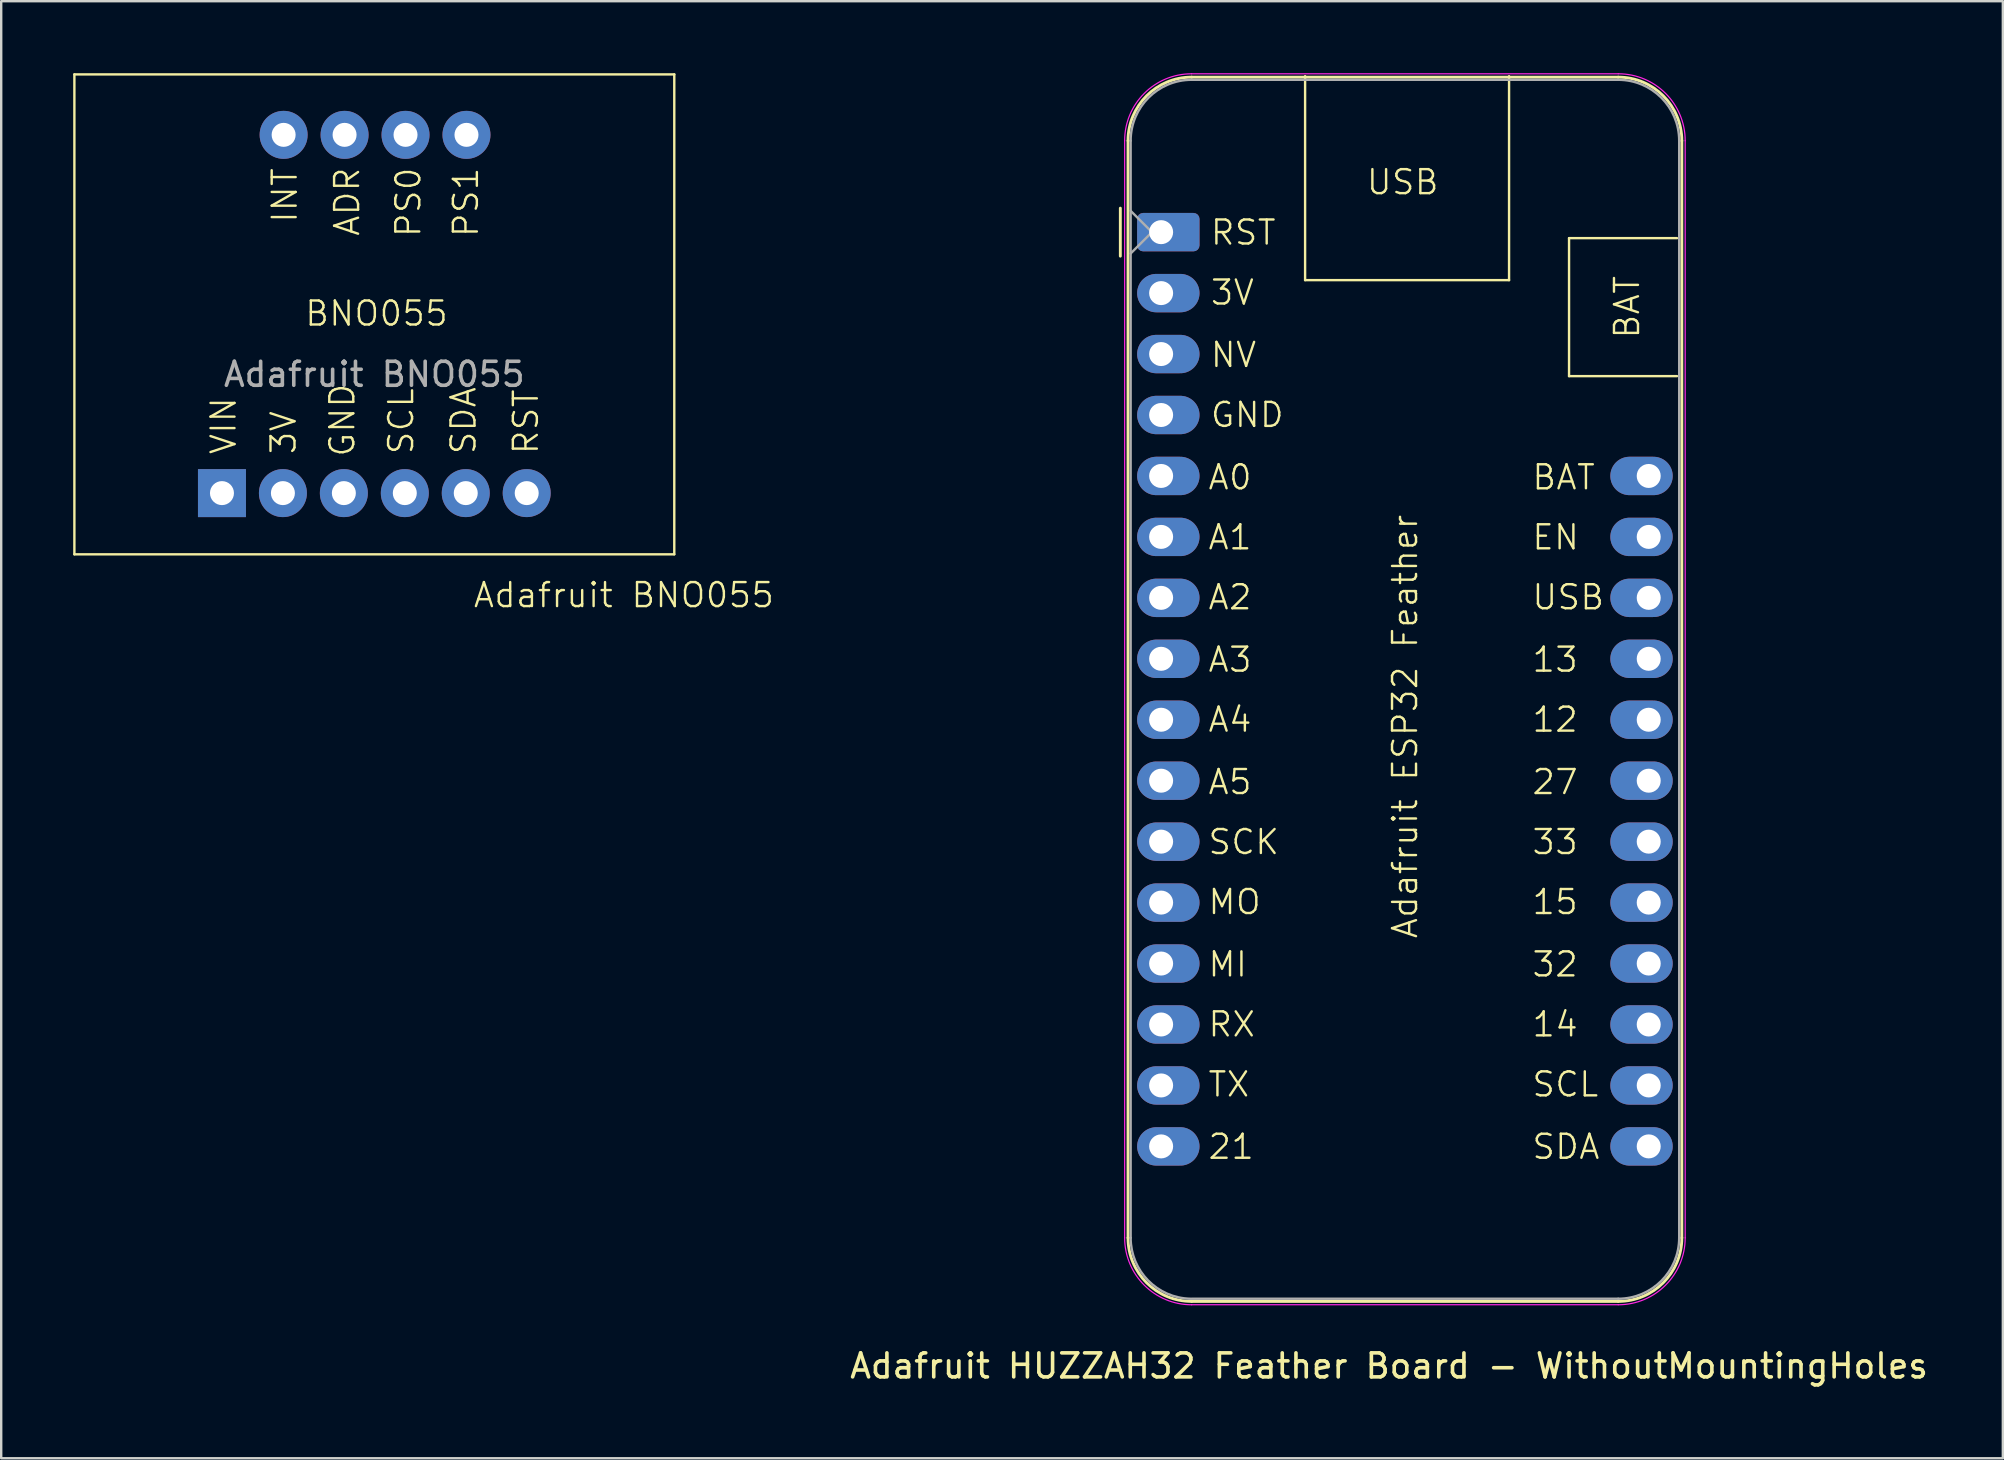
<source format=kicad_pcb>
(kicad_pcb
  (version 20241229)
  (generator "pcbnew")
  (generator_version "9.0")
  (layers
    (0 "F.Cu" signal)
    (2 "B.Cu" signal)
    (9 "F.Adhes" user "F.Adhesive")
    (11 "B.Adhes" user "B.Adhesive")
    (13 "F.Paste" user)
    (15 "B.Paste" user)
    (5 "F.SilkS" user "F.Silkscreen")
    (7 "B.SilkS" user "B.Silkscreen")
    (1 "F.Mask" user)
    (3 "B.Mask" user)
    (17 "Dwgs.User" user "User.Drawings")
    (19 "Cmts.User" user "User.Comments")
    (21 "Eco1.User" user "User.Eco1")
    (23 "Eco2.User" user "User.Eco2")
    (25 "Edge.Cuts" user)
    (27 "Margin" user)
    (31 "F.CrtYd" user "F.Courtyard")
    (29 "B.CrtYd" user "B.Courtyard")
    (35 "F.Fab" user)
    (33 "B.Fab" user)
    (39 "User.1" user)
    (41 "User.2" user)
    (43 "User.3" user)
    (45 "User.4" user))
  (footprint "Adafruit HUZZAH32 Feather Board - WithoutMountingHoles"
    (layer "F.Cu")
    (at 45.339 6.625)
    (property "Reference" "Adafruit HUZZAH32 Feather Board - WithoutMountingHoles" (at 9.5 47.25 180) (layer "F.SilkS") (effects (font (size 1 1) (thickness 0.15))))
    (attr through_hole)
    (fp_line (start -1.7 1) (end -1.7 -1) (stroke (width 0.12) (type solid)) (layer "F.SilkS"))
    (fp_line (start -1.38 -3.81) (end -1.38 41.91) (stroke (width 0.12) (type solid)) (layer "F.SilkS"))
    (fp_line (start 6 -6.5) (end 6 2) (stroke (width 0.1) (type default)) (layer "F.SilkS"))
    (fp_line (start 6 2) (end 14.5 2) (stroke (width 0.1) (type default)) (layer "F.SilkS"))
    (fp_line (start 14.5 2) (end 14.5 -6.5) (stroke (width 0.1) (type default)) (layer "F.SilkS"))
    (fp_line (start 17 0.25) (end 21.5 0.25) (stroke (width 0.1) (type default)) (layer "F.SilkS"))
    (fp_line (start 17 6) (end 17 0.25) (stroke (width 0.1) (type default)) (layer "F.SilkS"))
    (fp_line (start 19.05 -6.46) (end 1.27 -6.46) (stroke (width 0.12) (type solid)) (layer "F.SilkS"))
    (fp_line (start 19.05 44.56) (end 1.27 44.56) (stroke (width 0.12) (type solid)) (layer "F.SilkS"))
    (fp_line (start 21.5 6) (end 17 6) (stroke (width 0.1) (type default)) (layer "F.SilkS"))
    (fp_line (start 21.7 -3.81) (end 21.7 41.91) (stroke (width 0.12) (type solid)) (layer "F.SilkS"))
    (fp_arc (start -1.38 -3.81) (mid -0.603833 -5.683833) (end 1.27 -6.46) (stroke (width 0.12) (type solid)) (layer "F.SilkS"))
    (fp_arc (start 1.27 44.56) (mid -0.603833 43.783833) (end -1.38 41.91) (stroke (width 0.12) (type solid)) (layer "F.SilkS"))
    (fp_arc (start 19.05 -6.46) (mid 20.923833 -5.683833) (end 21.7 -3.81) (stroke (width 0.12) (type solid)) (layer "F.SilkS"))
    (fp_arc (start 21.7 41.91) (mid 20.923833 43.783833) (end 19.05 44.56) (stroke (width 0.12) (type solid)) (layer "F.SilkS"))
    (fp_line (start -1.52 41.91) (end -1.52 -3.81) (stroke (width 0.05) (type solid)) (layer "F.CrtYd"))
    (fp_line (start 19.05 -6.6) (end 1.27 -6.6) (stroke (width 0.05) (type solid)) (layer "F.CrtYd"))
    (fp_line (start 19.05 44.7) (end 1.27 44.7) (stroke (width 0.05) (type solid)) (layer "F.CrtYd"))
    (fp_line (start 21.84 41.91) (end 21.84 -3.81) (stroke (width 0.05) (type solid)) (layer "F.CrtYd"))
    (fp_arc (start -1.52 -3.81) (mid -0.702828 -5.782828) (end 1.27 -6.6) (stroke (width 0.05) (type solid)) (layer "F.CrtYd"))
    (fp_arc (start 1.27 44.7) (mid -0.702828 43.882828) (end -1.52 41.91) (stroke (width 0.05) (type solid)) (layer "F.CrtYd"))
    (fp_arc (start 19.05 -6.6) (mid 21.022828 -5.782828) (end 21.84 -3.81) (stroke (width 0.05) (type solid)) (layer "F.CrtYd"))
    (fp_arc (start 21.84 41.91) (mid 21.022828 43.882828) (end 19.05 44.7) (stroke (width 0.05) (type solid)) (layer "F.CrtYd"))
    (fp_line (start -1.27 -3.81) (end -1.27 41.91) (stroke (width 0.1) (type solid)) (layer "F.Fab"))
    (fp_line (start -1.27 -0.889) (end -0.381 0) (stroke (width 0.1) (type solid)) (layer "F.Fab"))
    (fp_line (start -0.381 0) (end -1.27 0.889) (stroke (width 0.1) (type solid)) (layer "F.Fab"))
    (fp_line (start 1.27 44.45) (end 19.05 44.45) (stroke (width 0.1) (type solid)) (layer "F.Fab"))
    (fp_line (start 19.05 -6.35) (end 1.27 -6.35) (stroke (width 0.1) (type solid)) (layer "F.Fab"))
    (fp_line (start 21.59 41.91) (end 21.59 -3.81) (stroke (width 0.1) (type solid)) (layer "F.Fab"))
    (fp_arc (start -1.27 -3.81) (mid -0.526051 -5.606051) (end 1.27 -6.35) (stroke (width 0.1) (type solid)) (layer "F.Fab"))
    (fp_arc (start 1.221238 44.449532) (mid -0.543209 43.688728) (end -1.27 41.91) (stroke (width 0.1) (type solid)) (layer "F.Fab"))
    (fp_arc (start 19.05 -6.35) (mid 20.846051 -5.606051) (end 21.59 -3.81) (stroke (width 0.1) (type solid)) (layer "F.Fab"))
    (fp_arc (start 21.59 41.91) (mid 20.846051 43.706051) (end 19.05 44.45) (stroke (width 0.1) (type solid)) (layer "F.Fab"))
    (fp_text user "Adafruit ESP32 Feather" (at 10.75 29.5 90) (unlocked yes) (layer "F.SilkS") (effects (font (size 1 1) (thickness 0.1)) (justify left bottom)))
    (fp_text user "MO" (at 1.9 28.5 0) (unlocked yes) (layer "F.SilkS") (effects (font (size 1 1) (thickness 0.1)) (justify left bottom)))
    (fp_text user "SCK" (at 1.9 26 0) (unlocked yes) (layer "F.SilkS") (effects (font (size 1 1) (thickness 0.1)) (justify left bottom)))
    (fp_text user "SCL" (at 15.4 36.1 0) (unlocked yes) (layer "F.SilkS") (effects (font (size 1 1) (thickness 0.1)) (justify left bottom)))
    (fp_text user "GND" (at 2 8.2 0) (unlocked yes) (layer "F.SilkS") (effects (font (size 1 1) (thickness 0.1)) (justify left bottom)))
    (fp_text user "33" (at 15.4 26 0) (unlocked yes) (layer "F.SilkS") (effects (font (size 1 1) (thickness 0.1)) (justify left bottom)))
    (fp_text user "A2" (at 1.9 15.8 0) (unlocked yes) (layer "F.SilkS") (effects (font (size 1 1) (thickness 0.1)) (justify left bottom)))
    (fp_text user "14" (at 15.4 33.6 0) (unlocked yes) (layer "F.SilkS") (effects (font (size 1 1) (thickness 0.1)) (justify left bottom)))
    (fp_text user "27" (at 15.4 23.5 0) (unlocked yes) (layer "F.SilkS") (effects (font (size 1 1) (thickness 0.1)) (justify left bottom)))
    (fp_text user "MI" (at 1.9 31.1 0) (unlocked yes) (layer "F.SilkS") (effects (font (size 1 1) (thickness 0.1)) (justify left bottom)))
    (fp_text user "RX" (at 1.9 33.6 0) (unlocked yes) (layer "F.SilkS") (effects (font (size 1 1) (thickness 0.1)) (justify left bottom)))
    (fp_text user "USB" (at 8.5 -1.5 0) (unlocked yes) (layer "F.SilkS") (effects (font (size 1 1) (thickness 0.1)) (justify left bottom)))
    (fp_text user "A1" (at 1.9 13.3 0) (unlocked yes) (layer "F.SilkS") (effects (font (size 1 1) (thickness 0.1)) (justify left bottom)))
    (fp_text user "A5" (at 1.9 23.5 0) (unlocked yes) (layer "F.SilkS") (effects (font (size 1 1) (thickness 0.1)) (justify left bottom)))
    (fp_text user "13" (at 15.4 18.4 0) (unlocked yes) (layer "F.SilkS") (effects (font (size 1 1) (thickness 0.1)) (justify left bottom)))
    (fp_text user "12" (at 15.4 20.9 0) (unlocked yes) (layer "F.SilkS") (effects (font (size 1 1) (thickness 0.1)) (justify left bottom)))
    (fp_text user "BAT" (at 15.4 10.8 0) (unlocked yes) (layer "F.SilkS") (effects (font (size 1 1) (thickness 0.1)) (justify left bottom)))
    (fp_text user "A3" (at 1.9 18.4 0) (unlocked yes) (layer "F.SilkS") (effects (font (size 1 1) (thickness 0.1)) (justify left bottom)))
    (fp_text user "A4" (at 1.9 20.9 0) (unlocked yes) (layer "F.SilkS") (effects (font (size 1 1) (thickness 0.1)) (justify left bottom)))
    (fp_text user "3V" (at 2 3.1 0) (unlocked yes) (layer "F.SilkS") (effects (font (size 1 1) (thickness 0.1)) (justify left bottom)))
    (fp_text user "RST" (at 2 0.6 0) (unlocked yes) (layer "F.SilkS") (effects (font (size 1 1) (thickness 0.1)) (justify left bottom)))
    (fp_text user "32" (at 15.4 31.1 0) (unlocked yes) (layer "F.SilkS") (effects (font (size 1 1) (thickness 0.1)) (justify left bottom)))
    (fp_text user "NV" (at 2 5.7 0) (unlocked yes) (layer "F.SilkS") (effects (font (size 1 1) (thickness 0.1)) (justify left bottom)))
    (fp_text user "15" (at 15.4 28.5 0) (unlocked yes) (layer "F.SilkS") (effects (font (size 1 1) (thickness 0.1)) (justify left bottom)))
    (fp_text user "A0" (at 1.9 10.8 0) (unlocked yes) (layer "F.SilkS") (effects (font (size 1 1) (thickness 0.1)) (justify left bottom)))
    (fp_text user "BAT" (at 20 4.5 90) (unlocked yes) (layer "F.SilkS") (effects (font (size 1 1) (thickness 0.1)) (justify left bottom)))
    (fp_text user "TX" (at 1.9 36.1 0) (unlocked yes) (layer "F.SilkS") (effects (font (size 1 1) (thickness 0.1)) (justify left bottom)))
    (fp_text user "USB" (at 15.4 15.8 0) (unlocked yes) (layer "F.SilkS") (effects (font (size 1 1) (thickness 0.1)) (justify left bottom)))
    (fp_text user "EN" (at 15.4 13.3 0) (unlocked yes) (layer "F.SilkS") (effects (font (size 1 1) (thickness 0.1)) (justify left bottom)))
    (fp_text user "SDA" (at 15.4 38.7 0) (unlocked yes) (layer "F.SilkS") (effects (font (size 1 1) (thickness 0.1)) (justify left bottom)))
    (fp_text user "21" (at 1.9 38.7 0) (unlocked yes) (layer "F.SilkS") (effects (font (size 1 1) (thickness 0.1)) (justify left bottom)))
    (pad "1" thru_hole roundrect (at 0 0) (size 2.6 1.6) (drill 1 (offset 0.3 0)) (layers "*.Cu" "*.Mask") (roundrect_rratio 0.156))
    (pad "2" thru_hole oval (at 0 2.54) (size 2.6 1.6) (drill 1 (offset 0.3 0)) (layers "*.Cu" "*.Mask"))
    (pad "3" thru_hole oval (at 0 5.08) (size 2.6 1.6) (drill 1 (offset 0.3 0)) (layers "*.Cu" "*.Mask"))
    (pad "4" thru_hole oval (at 0 7.62) (size 2.6 1.6) (drill 1 (offset 0.3 0)) (layers "*.Cu" "*.Mask"))
    (pad "5" thru_hole oval (at 0 10.16) (size 2.6 1.6) (drill 1 (offset 0.3 0)) (layers "*.Cu" "*.Mask"))
    (pad "6" thru_hole oval (at 0 12.7) (size 2.6 1.6) (drill 1 (offset 0.3 0)) (layers "*.Cu" "*.Mask"))
    (pad "7" thru_hole oval (at 0 15.24) (size 2.6 1.6) (drill 1 (offset 0.3 0)) (layers "*.Cu" "*.Mask"))
    (pad "8" thru_hole oval (at 0 17.78) (size 2.6 1.6) (drill 1 (offset 0.3 0)) (layers "*.Cu" "*.Mask"))
    (pad "9" thru_hole oval (at 0 20.32) (size 2.6 1.6) (drill 1 (offset 0.3 0)) (layers "*.Cu" "*.Mask"))
    (pad "10" thru_hole oval (at 0 22.86) (size 2.6 1.6) (drill 1 (offset 0.3 0)) (layers "*.Cu" "*.Mask"))
    (pad "11" thru_hole oval (at 0 25.4) (size 2.6 1.6) (drill 1 (offset 0.3 0)) (layers "*.Cu" "*.Mask"))
    (pad "12" thru_hole oval (at 0 27.94) (size 2.6 1.6) (drill 1 (offset 0.3 0)) (layers "*.Cu" "*.Mask"))
    (pad "13" thru_hole oval (at 0 30.48) (size 2.6 1.6) (drill 1 (offset 0.3 0)) (layers "*.Cu" "*.Mask"))
    (pad "14" thru_hole oval (at 0 33.02) (size 2.6 1.6) (drill 1 (offset 0.3 0)) (layers "*.Cu" "*.Mask"))
    (pad "15" thru_hole oval (at 0 35.56) (size 2.6 1.6) (drill 1 (offset 0.3 0)) (layers "*.Cu" "*.Mask"))
    (pad "16" thru_hole oval (at 0 38.1) (size 2.6 1.6) (drill 1 (offset 0.3 0)) (layers "*.Cu" "*.Mask"))
    (pad "17" thru_hole oval (at 20.32 38.1 180) (size 2.6 1.6) (drill 1 (offset 0.3 0)) (layers "*.Cu" "*.Mask"))
    (pad "18" thru_hole oval (at 20.32 35.56 180) (size 2.6 1.6) (drill 1 (offset 0.3 0)) (layers "*.Cu" "*.Mask"))
    (pad "19" thru_hole oval (at 20.32 33.02 180) (size 2.6 1.6) (drill 1 (offset 0.3 0)) (layers "*.Cu" "*.Mask"))
    (pad "20" thru_hole oval (at 20.32 30.48 180) (size 2.6 1.6) (drill 1 (offset 0.3 0)) (layers "*.Cu" "*.Mask"))
    (pad "21" thru_hole oval (at 20.32 27.94 180) (size 2.6 1.6) (drill 1 (offset 0.3 0)) (layers "*.Cu" "*.Mask"))
    (pad "22" thru_hole oval (at 20.32 25.4 180) (size 2.6 1.6) (drill 1 (offset 0.3 0)) (layers "*.Cu" "*.Mask"))
    (pad "23" thru_hole oval (at 20.32 22.86 180) (size 2.6 1.6) (drill 1 (offset 0.3 0)) (layers "*.Cu" "*.Mask"))
    (pad "24" thru_hole oval (at 20.32 20.32 180) (size 2.6 1.6) (drill 1 (offset 0.3 0)) (layers "*.Cu" "*.Mask"))
    (pad "25" thru_hole oval (at 20.32 17.78 180) (size 2.6 1.6) (drill 1 (offset 0.3 0)) (layers "*.Cu" "*.Mask"))
    (pad "26" thru_hole oval (at 20.32 15.24 180) (size 2.6 1.6) (drill 1 (offset 0.3 0)) (layers "*.Cu" "*.Mask"))
    (pad "27" thru_hole oval (at 20.32 12.7 180) (size 2.6 1.6) (drill 1 (offset 0.3 0)) (layers "*.Cu" "*.Mask"))
    (pad "28" thru_hole oval (at 20.32 10.16 180) (size 2.6 1.6) (drill 1 (offset 0.3 0)) (layers "*.Cu" "*.Mask")))
  (footprint "Adafruit BNO055"
    (layer "F.Cu")
    (at 12.55 10.05)
    (property "Reference" "Adafruit BNO055" (at 10.4 11.7 0) (unlocked yes) (layer "F.SilkS") (effects (font (size 1 1) (thickness 0.1))))
    (attr through_hole)
    (fp_line (start -12.5 -10) (end 12.5 -10) (stroke (width 0.1) (type default)) (layer "F.SilkS"))
    (fp_line (start -12.5 10) (end -12.5 -10) (stroke (width 0.1) (type default)) (layer "F.SilkS"))
    (fp_line (start 12.5 -10) (end 12.5 10) (stroke (width 0.1) (type default)) (layer "F.SilkS"))
    (fp_line (start 12.5 10) (end -12.5 10) (stroke (width 0.1) (type default)) (layer "F.SilkS"))
    (fp_text user "SCL" (at 1.7 5.9 90) (unlocked yes) (layer "F.SilkS") (effects (font (size 1 1) (thickness 0.1)) (justify left bottom)))
    (fp_text user "BNO055" (at -2.95 0.55 0) (unlocked yes) (layer "F.SilkS") (effects (font (size 1 1) (thickness 0.1)) (justify left bottom)))
    (fp_text user "SDA" (at 4.3 5.9 90) (unlocked yes) (layer "F.SilkS") (effects (font (size 1 1) (thickness 0.1)) (justify left bottom)))
    (fp_text user "PS0" (at 2 -3.15 90) (unlocked yes) (layer "F.SilkS") (effects (font (size 1 1) (thickness 0.1)) (justify left bottom)))
    (fp_text user "PS1" (at 4.4 -3.15 90) (unlocked yes) (layer "F.SilkS") (effects (font (size 1 1) (thickness 0.1)) (justify left bottom)))
    (fp_text user "INT" (at -3.15 -3.75 90) (unlocked yes) (layer "F.SilkS") (effects (font (size 1 1) (thickness 0.1)) (justify left bottom)))
    (fp_text user "3V" (at -3.2 5.9 90) (unlocked yes) (layer "F.SilkS") (effects (font (size 1 1) (thickness 0.1)) (justify left bottom)))
    (fp_text user "ADR" (at -0.55 -3.2 90) (unlocked yes) (layer "F.SilkS") (effects (font (size 1 1) (thickness 0.1)) (justify left bottom)))
    (fp_text user "RST" (at 6.9 5.9 90) (unlocked yes) (layer "F.SilkS") (effects (font (size 1 1) (thickness 0.1)) (justify left bottom)))
    (fp_text user "VIN" (at -5.7 5.9 90) (unlocked yes) (layer "F.SilkS") (effects (font (size 1 1) (thickness 0.1)) (justify left bottom)))
    (fp_text user "GND" (at -0.75 6 90) (unlocked yes) (layer "F.SilkS") (effects (font (size 1 1) (thickness 0.1)) (justify left bottom)))
    (fp_text user "${REFERENCE}" (at 0 2.5 0) (unlocked yes) (layer "F.Fab") (effects (font (size 1 1) (thickness 0.15))))
    (pad "7" thru_hole circle (at -3.78 -7.48) (size 2 2) (drill 1) (layers "*.Cu" "*.Mask"))
    (pad "8" thru_hole circle (at -1.24 -7.48) (size 2 2) (drill 1) (layers "*.Cu" "*.Mask"))
    (pad "9" thru_hole circle (at 1.3 -7.48) (size 2 2) (drill 1) (layers "*.Cu" "*.Mask"))
    (pad "10" thru_hole circle (at 3.84 -7.48) (size 2 2) (drill 1) (layers "*.Cu" "*.Mask"))
    (pad "11" thru_hole rect (at -6.35 7.45) (size 2 2) (drill 1) (layers "*.Cu" "*.Mask"))
    (pad "12" thru_hole circle (at -3.81 7.45) (size 2 2) (drill 1) (layers "*.Cu" "*.Mask"))
    (pad "13" thru_hole circle (at -1.27 7.45) (size 2 2) (drill 1) (layers "*.Cu" "*.Mask"))
    (pad "14" thru_hole circle (at 1.27 7.45) (size 2 2) (drill 1) (layers "*.Cu" "*.Mask"))
    (pad "15" thru_hole circle (at 3.81 7.45) (size 2 2) (drill 1) (layers "*.Cu" "*.Mask"))
    (pad "16" thru_hole circle (at 6.35 7.45) (size 2 2) (drill 1) (layers "*.Cu" "*.Mask"))
    (zone (net_name "") (layer "F.SilkS") (hatch edge 0.5) (connect_pads) (min_thickness 0.25) (filled_areas_thickness no) (keepout (tracks allowed) (vias allowed) (pads not_allowed) (copperpour allowed) (footprints not_allowed)) (placement (enabled no)) (fill) (polygon (pts (xy 0.05 0.05) (xy 25.05 0.05) (xy 25.05 20.05) (xy 0.05 20.05)))))
  (gr_rect
    (start -3 -3)
    (end 80.417 57.723)
    (stroke (width 0.1) (type default))
    (fill no)
    (layer "Edge.Cuts")))
</source>
